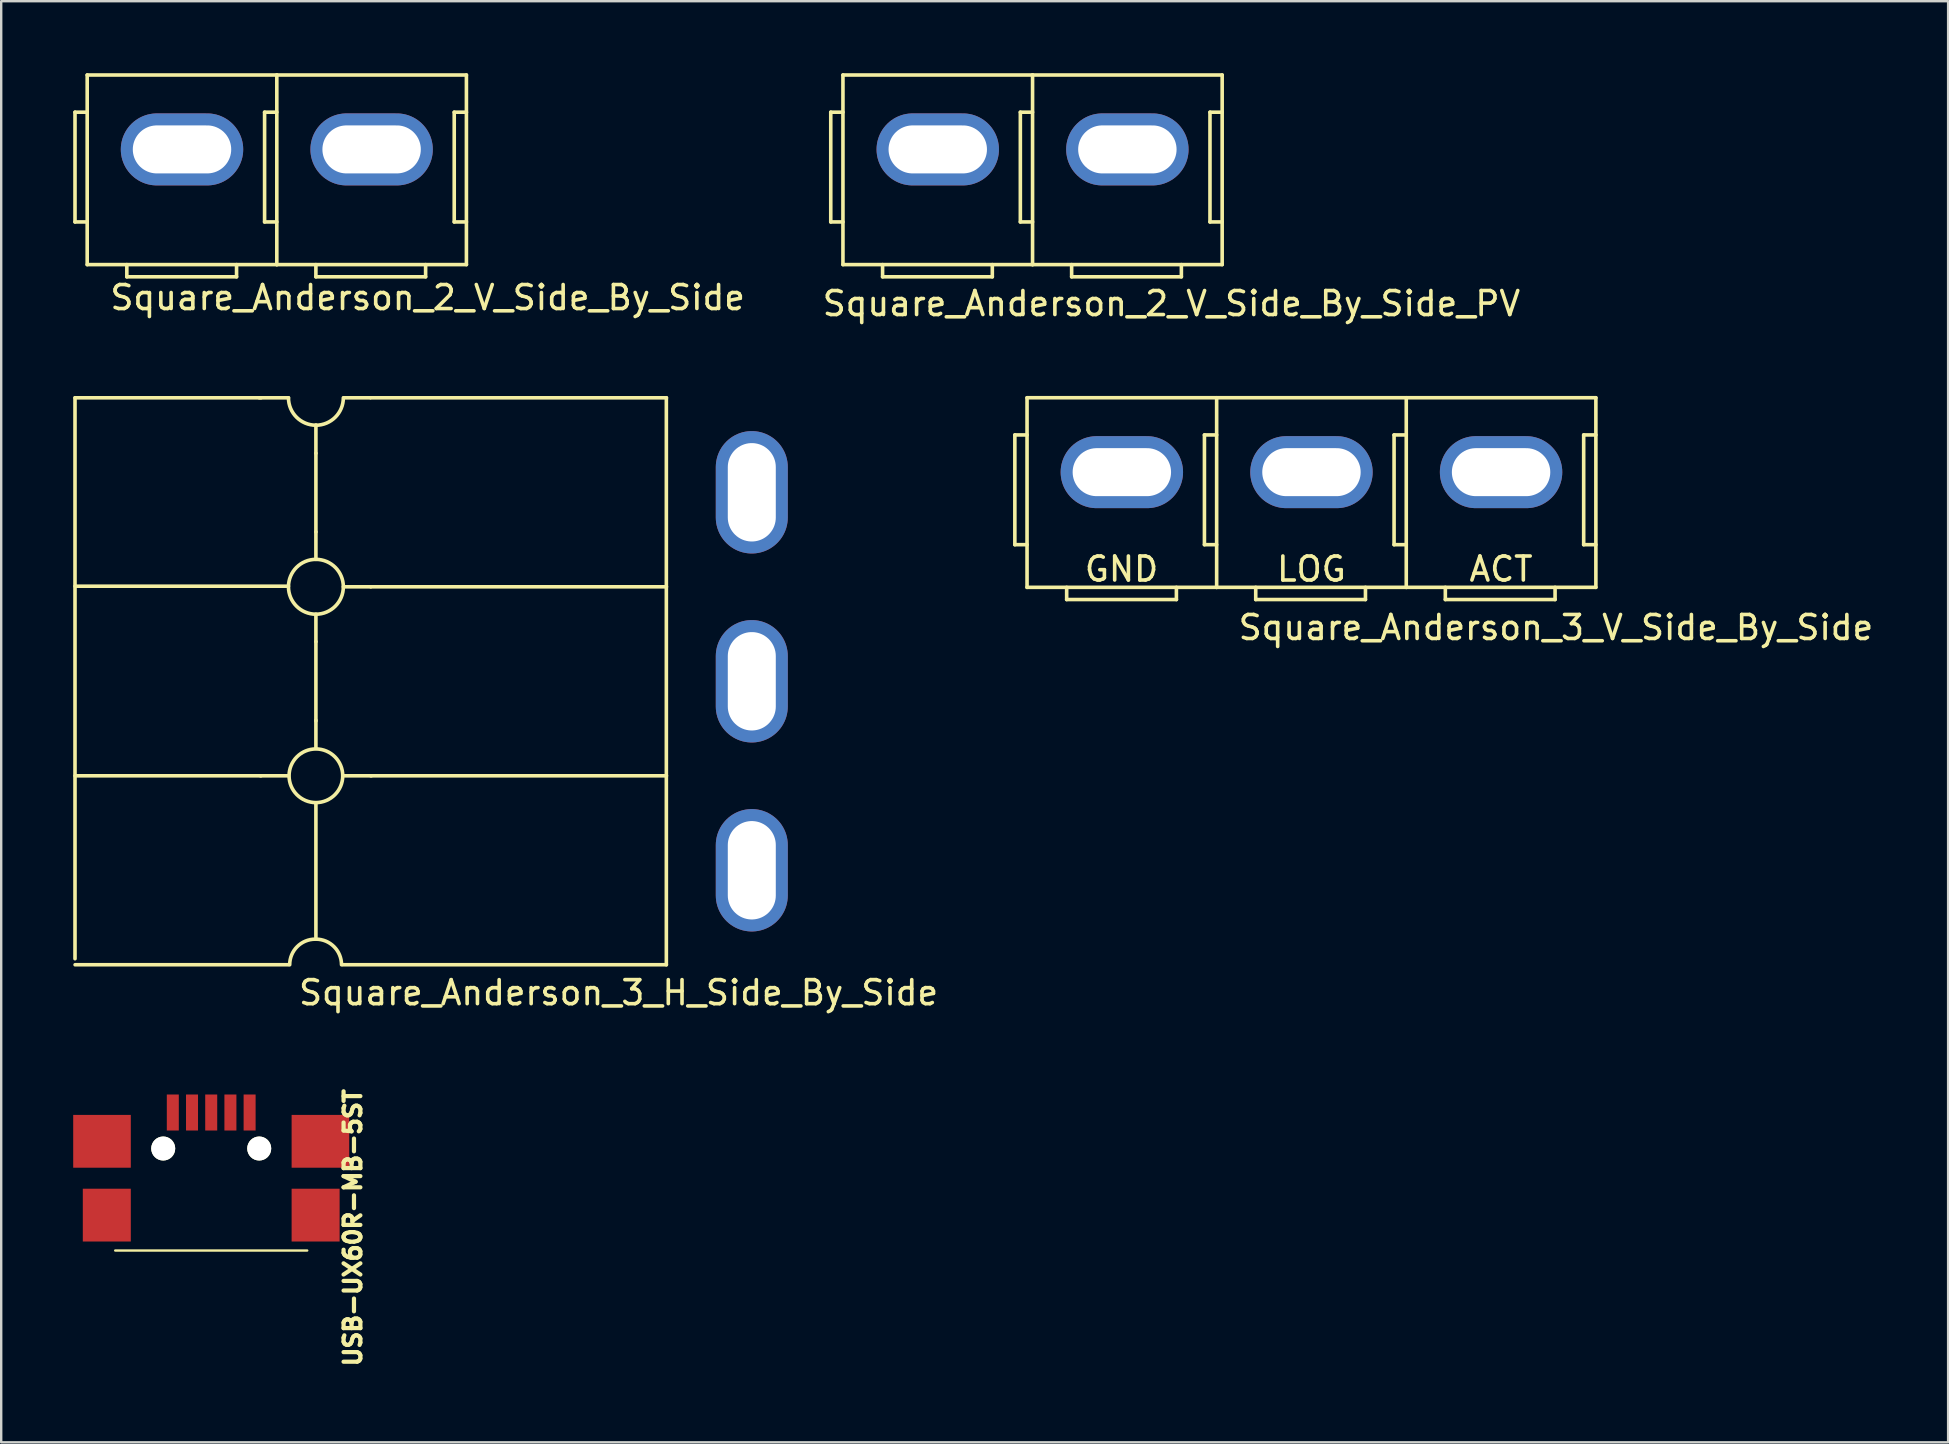
<source format=kicad_pcb>
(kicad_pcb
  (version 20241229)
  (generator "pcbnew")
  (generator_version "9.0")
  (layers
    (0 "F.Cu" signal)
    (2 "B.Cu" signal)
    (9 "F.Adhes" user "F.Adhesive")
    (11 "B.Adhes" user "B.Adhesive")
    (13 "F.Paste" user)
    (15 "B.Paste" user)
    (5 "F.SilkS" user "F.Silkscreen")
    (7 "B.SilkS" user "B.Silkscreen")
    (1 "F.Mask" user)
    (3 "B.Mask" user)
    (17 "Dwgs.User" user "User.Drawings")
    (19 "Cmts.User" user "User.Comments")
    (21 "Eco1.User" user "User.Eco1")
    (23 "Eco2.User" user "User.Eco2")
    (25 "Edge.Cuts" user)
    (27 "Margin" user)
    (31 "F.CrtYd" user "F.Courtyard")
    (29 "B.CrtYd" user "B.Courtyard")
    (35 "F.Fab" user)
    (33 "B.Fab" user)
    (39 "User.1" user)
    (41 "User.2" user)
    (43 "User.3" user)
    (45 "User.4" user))
  (footprint "Square_Anderson_2_V_Side_By_Side"
    (layer "F.Cu")
    (at 8.57 3.049)
    (property "Reference" "Square_Anderson_2_V_Side_By_Side" (at 6.2 6.3 0) (layer "F.SilkS") (effects (font (size 1 1) (thickness 0.15))))
    (attr through_hole)
    (fp_line (start -8.495 -1.424) (end -8.495 3.148) (stroke (width 0.15) (type solid)) (layer "F.SilkS"))
    (fp_line (start -8.495 3.148) (end -7.987 3.148) (stroke (width 0.15) (type solid)) (layer "F.SilkS"))
    (fp_line (start -7.987 -1.424) (end -8.495 -1.424) (stroke (width 0.15) (type solid)) (layer "F.SilkS"))
    (fp_line (start -7.987 4.926) (end -7.987 -2.974) (stroke (width 0.15) (type solid)) (layer "F.SilkS"))
    (fp_line (start -6.336 4.926) (end -6.336 5.434) (stroke (width 0.15) (type solid)) (layer "F.SilkS"))
    (fp_line (start -6.336 5.434) (end -1.764 5.434) (stroke (width 0.15) (type solid)) (layer "F.SilkS"))
    (fp_line (start -1.764 5.434) (end -1.764 4.926) (stroke (width 0.15) (type solid)) (layer "F.SilkS"))
    (fp_line (start -0.596 -1.424) (end -0.596 3.148) (stroke (width 0.15) (type solid)) (layer "F.SilkS"))
    (fp_line (start -0.596 3.148) (end -0.088 3.148) (stroke (width 0.15) (type solid)) (layer "F.SilkS"))
    (fp_line (start -0.088 -1.424) (end -0.596 -1.424) (stroke (width 0.15) (type solid)) (layer "F.SilkS"))
    (fp_line (start -0.087 -2.974) (end -7.987 -2.974) (stroke (width 0.15) (type solid)) (layer "F.SilkS"))
    (fp_line (start -0.087 4.926) (end -7.987 4.926) (stroke (width 0.15) (type solid)) (layer "F.SilkS"))
    (fp_line (start -0.087 4.926) (end -0.087 -2.974) (stroke (width 0.15) (type solid)) (layer "F.SilkS"))
    (fp_line (start 1.541 4.926) (end 1.541 5.434) (stroke (width 0.15) (type solid)) (layer "F.SilkS"))
    (fp_line (start 1.541 5.434) (end 6.113 5.434) (stroke (width 0.15) (type solid)) (layer "F.SilkS"))
    (fp_line (start 6.113 5.434) (end 6.113 4.926) (stroke (width 0.15) (type solid)) (layer "F.SilkS"))
    (fp_line (start 7.305 -1.424) (end 7.305 3.148) (stroke (width 0.15) (type solid)) (layer "F.SilkS"))
    (fp_line (start 7.305 3.148) (end 7.813 3.148) (stroke (width 0.15) (type solid)) (layer "F.SilkS"))
    (fp_line (start 7.813 -2.974) (end -0.087 -2.974) (stroke (width 0.15) (type solid)) (layer "F.SilkS"))
    (fp_line (start 7.813 -1.424) (end 7.305 -1.424) (stroke (width 0.15) (type solid)) (layer "F.SilkS"))
    (fp_line (start 7.813 4.926) (end -0.087 4.926) (stroke (width 0.15) (type solid)) (layer "F.SilkS"))
    (fp_line (start 7.813 4.926) (end 7.813 -2.974) (stroke (width 0.15) (type solid)) (layer "F.SilkS"))
    (pad "1" thru_hole oval (at -4.037 0.126 270) (size 3 5.1) (drill oval 2 4.1) (layers "*.Cu" "*.Mask"))
    (pad "2" thru_hole oval (at 3.863 0.126 270) (size 3 5.1) (drill oval 2 4.1) (layers "*.Cu" "*.Mask")))
  (footprint "Square_Anderson_3_V_Side_By_Side"
    (layer "F.Cu")
    (at 51.478 17.096)
    (property "Reference" "Square_Anderson_3_V_Side_By_Side" (at 10.3 6 0) (layer "F.SilkS") (effects (font (size 1 1) (thickness 0.15))))
    (attr through_hole)
    (fp_line (start -12.245 -2.024) (end -12.245 2.548) (stroke (width 0.15) (type solid)) (layer "F.SilkS"))
    (fp_line (start -12.245 2.548) (end -11.737 2.548) (stroke (width 0.15) (type solid)) (layer "F.SilkS"))
    (fp_line (start -11.737 -2.024) (end -12.245 -2.024) (stroke (width 0.15) (type solid)) (layer "F.SilkS"))
    (fp_line (start -11.737 4.326) (end -11.737 -3.574) (stroke (width 0.15) (type solid)) (layer "F.SilkS"))
    (fp_line (start -10.086 4.326) (end -10.086 4.834) (stroke (width 0.15) (type solid)) (layer "F.SilkS"))
    (fp_line (start -10.086 4.834) (end -5.514 4.834) (stroke (width 0.15) (type solid)) (layer "F.SilkS"))
    (fp_line (start -5.514 4.834) (end -5.514 4.326) (stroke (width 0.15) (type solid)) (layer "F.SilkS"))
    (fp_line (start -4.346 -2.024) (end -4.346 2.548) (stroke (width 0.15) (type solid)) (layer "F.SilkS"))
    (fp_line (start -4.346 2.548) (end -3.838 2.548) (stroke (width 0.15) (type solid)) (layer "F.SilkS"))
    (fp_line (start -3.838 -2.024) (end -4.346 -2.024) (stroke (width 0.15) (type solid)) (layer "F.SilkS"))
    (fp_line (start -3.837 -3.574) (end -11.737 -3.574) (stroke (width 0.15) (type solid)) (layer "F.SilkS"))
    (fp_line (start -3.837 4.326) (end -11.737 4.326) (stroke (width 0.15) (type solid)) (layer "F.SilkS"))
    (fp_line (start -3.837 4.326) (end -3.837 -3.574) (stroke (width 0.15) (type solid)) (layer "F.SilkS"))
    (fp_line (start -2.209 4.326) (end -2.209 4.834) (stroke (width 0.15) (type solid)) (layer "F.SilkS"))
    (fp_line (start -2.209 4.834) (end 2.363 4.834) (stroke (width 0.15) (type solid)) (layer "F.SilkS"))
    (fp_line (start 2.363 4.834) (end 2.363 4.326) (stroke (width 0.15) (type solid)) (layer "F.SilkS"))
    (fp_line (start 3.555 -2.024) (end 3.555 2.548) (stroke (width 0.15) (type solid)) (layer "F.SilkS"))
    (fp_line (start 3.555 2.548) (end 4.063 2.548) (stroke (width 0.15) (type solid)) (layer "F.SilkS"))
    (fp_line (start 4.063 -3.574) (end -3.837 -3.574) (stroke (width 0.15) (type solid)) (layer "F.SilkS"))
    (fp_line (start 4.063 -2.024) (end 3.555 -2.024) (stroke (width 0.15) (type solid)) (layer "F.SilkS"))
    (fp_line (start 4.063 4.326) (end -3.837 4.326) (stroke (width 0.15) (type solid)) (layer "F.SilkS"))
    (fp_line (start 4.063 4.326) (end 4.063 -3.574) (stroke (width 0.15) (type solid)) (layer "F.SilkS"))
    (fp_line (start 5.691 4.326) (end 5.691 4.834) (stroke (width 0.15) (type solid)) (layer "F.SilkS"))
    (fp_line (start 5.691 4.834) (end 10.263 4.834) (stroke (width 0.15) (type solid)) (layer "F.SilkS"))
    (fp_line (start 10.263 4.834) (end 10.263 4.326) (stroke (width 0.15) (type solid)) (layer "F.SilkS"))
    (fp_line (start 11.455 -2.024) (end 11.455 2.548) (stroke (width 0.15) (type solid)) (layer "F.SilkS"))
    (fp_line (start 11.455 2.548) (end 11.963 2.548) (stroke (width 0.15) (type solid)) (layer "F.SilkS"))
    (fp_line (start 11.963 -3.574) (end 4.063 -3.574) (stroke (width 0.15) (type solid)) (layer "F.SilkS"))
    (fp_line (start 11.963 -2.024) (end 11.455 -2.024) (stroke (width 0.15) (type solid)) (layer "F.SilkS"))
    (fp_line (start 11.963 4.326) (end 4.063 4.326) (stroke (width 0.15) (type solid)) (layer "F.SilkS"))
    (fp_line (start 11.963 4.326) (end 11.963 -3.574) (stroke (width 0.15) (type solid)) (layer "F.SilkS"))
    (fp_text user "ACT" (at 8.012 3.564 0) (layer "F.SilkS") (effects (font (size 1 1) (thickness 0.15))))
    (fp_text user "GND" (at -7.8 3.564 0) (layer "F.SilkS") (effects (font (size 1 1) (thickness 0.15))))
    (fp_text user "LOG" (at 0.112 3.564 0) (layer "F.SilkS") (effects (font (size 1 1) (thickness 0.15))))
    (pad "1" thru_hole oval (at -7.787 -0.474 270) (size 3 5.1) (drill oval 2 4.1) (layers "*.Cu" "*.Mask"))
    (pad "2" thru_hole oval (at 0.113 -0.474 270) (size 3 5.1) (drill oval 2 4.1) (layers "*.Cu" "*.Mask"))
    (pad "3" thru_hole oval (at 8.013 -0.474 270) (size 3 5.1) (drill oval 2 4.1) (layers "*.Cu" "*.Mask")))
  (footprint "USB-UX60R-MB-5ST"
    (layer "F.Cu")
    (at 5.75 44.802)
    (property "Reference" "USB-UX60R-MB-5ST" (at 5.9 3.3 90) (layer "F.SilkS") (effects (font (size 0.7 0.7) (thickness 0.175))))
    (attr through_hole)
    (fp_line (start -4 4.25) (end 4 4.25) (stroke (width 0.099) (type solid)) (layer "F.SilkS"))
    (pad "" np_thru_hole circle (at -2 0) (size 1 1) (drill 1) (layers "*.Cu" "*.Mask" "F.SilkS"))
    (pad "" np_thru_hole circle (at 2 0) (size 1 1) (drill 1) (layers "*.Cu" "*.Mask" "F.SilkS"))
    (pad "1" smd rect (at 1.6 -1.5) (size 0.5 1.5) (layers "F.Cu" "F.Mask" "F.Paste"))
    (pad "2" smd rect (at 0.8 -1.5) (size 0.5 1.5) (layers "F.Cu" "F.Mask" "F.Paste"))
    (pad "3" smd rect (at 0 -1.5) (size 0.5 1.5) (layers "F.Cu" "F.Mask" "F.Paste"))
    (pad "4" smd rect (at -0.8 -1.5) (size 0.5 1.5) (layers "F.Cu" "F.Mask" "F.Paste"))
    (pad "5" smd rect (at -4.55 -0.3) (size 2.4 2.2) (layers "F.Cu" "F.Mask" "F.Paste"))
    (pad "5" smd rect (at -4.35 2.775) (size 2 2.2) (layers "F.Cu" "F.Mask" "F.Paste"))
    (pad "5" smd rect (at -1.6 -1.5) (size 0.5 1.5) (layers "F.Cu" "F.Mask" "F.Paste"))
    (pad "5" smd rect (at 4.35 2.775) (size 2 2.2) (layers "F.Cu" "F.Mask" "F.Paste"))
    (pad "5" smd rect (at 4.55 -0.3) (size 2.4 2.2) (layers "F.Cu" "F.Mask" "F.Paste")))
  (footprint "Square_Anderson_3_H_Side_By_Side"
    (layer "F.Cu")
    (at 28.123 24.561)
    (property "Reference" "Square_Anderson_3_H_Side_By_Side" (at -5.4 13.75 0) (layer "F.SilkS") (effects (font (size 1 1) (thickness 0.15))))
    (attr through_hole)
    (fp_line (start -28.048 12.333) (end -28.048 -11.039) (stroke (width 0.15) (type solid)) (layer "F.SilkS"))
    (fp_line (start -28.044 -11.037) (end -20.297 -11.037) (stroke (width 0.15) (type solid)) (layer "F.SilkS"))
    (fp_line (start -28.044 -3.188) (end -19.154 -3.188) (stroke (width 0.15) (type solid)) (layer "F.SilkS"))
    (fp_line (start -20.322 4.711) (end -19.154 4.711) (stroke (width 0.15) (type solid)) (layer "F.SilkS"))
    (fp_line (start -20.297 4.711) (end -28.044 4.711) (stroke (width 0.15) (type solid)) (layer "F.SilkS"))
    (fp_line (start -19.154 -11.037) (end -20.373 -11.037) (stroke (width 0.15) (type solid)) (layer "F.SilkS"))
    (fp_line (start -19.154 12.585) (end -28.044 12.585) (stroke (width 0.15) (type solid)) (layer "F.SilkS"))
    (fp_line (start -18.011 -9.894) (end -18.011 -8.726) (stroke (width 0.15) (type solid)) (layer "F.SilkS"))
    (fp_line (start -18.011 -5.449) (end -18.011 -8.726) (stroke (width 0.15) (type solid)) (layer "F.SilkS"))
    (fp_line (start -18.011 -5.449) (end -18.011 -4.306) (stroke (width 0.15) (type solid)) (layer "F.SilkS"))
    (fp_line (start -18.011 -0.877) (end -18.011 -2.02) (stroke (width 0.15) (type solid)) (layer "F.SilkS"))
    (fp_line (start -18.011 -0.877) (end -18.011 2.425) (stroke (width 0.15) (type solid)) (layer "F.SilkS"))
    (fp_line (start -18.011 2.4) (end -18.011 3.568) (stroke (width 0.15) (type solid)) (layer "F.SilkS"))
    (fp_line (start -18.011 5.879) (end -18.011 11.442) (stroke (width 0.15) (type solid)) (layer "F.SilkS"))
    (fp_line (start -16.893 12.585) (end -3.41 12.585) (stroke (width 0.15) (type solid)) (layer "F.SilkS"))
    (fp_line (start -15.75 -11.037) (end -16.843 -11.037) (stroke (width 0.15) (type solid)) (layer "F.SilkS"))
    (fp_line (start -15.725 -11.037) (end -3.406 -11.037) (stroke (width 0.15) (type solid)) (layer "F.SilkS"))
    (fp_line (start -15.725 -3.163) (end -16.868 -3.163) (stroke (width 0.15) (type solid)) (layer "F.SilkS"))
    (fp_line (start -15.725 -3.163) (end -3.406 -3.163) (stroke (width 0.15) (type solid)) (layer "F.SilkS"))
    (fp_line (start -15.725 4.711) (end -3.406 4.711) (stroke (width 0.15) (type solid)) (layer "F.SilkS"))
    (fp_line (start -15.7 4.711) (end -16.893 4.711) (stroke (width 0.15) (type solid)) (layer "F.SilkS"))
    (fp_line (start -3.41 12.585) (end -3.41 -11.039) (stroke (width 0.15) (type solid)) (layer "F.SilkS"))
    (fp_arc (start -19.1032 12.585) (mid -18.790742 11.830658) (end -18.0364 11.5182) (stroke (width 0.15) (type solid)) (layer "F.SilkS"))
    (fp_arc (start -18.011 -9.894) (mid -18.819223 -10.228777) (end -19.154 -11.037) (stroke (width 0.15) (type solid)) (layer "F.SilkS"))
    (fp_arc (start -18.011 11.5182) (mid -17.256658 11.830658) (end -16.9442 12.585) (stroke (width 0.15) (type solid)) (layer "F.SilkS"))
    (fp_arc (start -16.868 -11.037) (mid -17.202777 -10.228777) (end -18.011 -9.894) (stroke (width 0.15) (type solid)) (layer "F.SilkS"))
    (fp_circle (center -18.011 -3.163) (end -18.011 -2.02) (stroke (width 0.15) (type solid)) (fill no) (layer "F.SilkS"))
    (fp_circle (center -18.011 4.711) (end -16.893 4.711) (stroke (width 0.15) (type solid)) (fill no) (layer "F.SilkS"))
    (pad "1" thru_hole oval (at 0.15 -7.1) (size 3 5.1) (drill oval 2 4.1) (layers "*.Cu" "*.Mask"))
    (pad "2" thru_hole oval (at 0.15 0.774) (size 3 5.1) (drill oval 2 4.1) (layers "*.Cu" "*.Mask"))
    (pad "3" thru_hole oval (at 0.15 8.648) (size 3 5.1) (drill oval 2 4.1) (layers "*.Cu" "*.Mask")))
  (footprint "Square_Anderson_2_V_Side_By_Side_PV"
    (layer "F.Cu")
    (at 43.758 2.499)
    (property "Reference" "Square_Anderson_2_V_Side_By_Side_PV" (at 2 7.1 0) (layer "F.SilkS") (effects (font (size 1 1) (thickness 0.15))))
    (attr through_hole)
    (fp_line (start -12.195 -0.874) (end -12.195 3.698) (stroke (width 0.15) (type solid)) (layer "F.SilkS"))
    (fp_line (start -12.195 3.698) (end -11.687 3.698) (stroke (width 0.15) (type solid)) (layer "F.SilkS"))
    (fp_line (start -11.687 -0.874) (end -12.195 -0.874) (stroke (width 0.15) (type solid)) (layer "F.SilkS"))
    (fp_line (start -11.687 5.476) (end -11.687 -2.424) (stroke (width 0.15) (type solid)) (layer "F.SilkS"))
    (fp_line (start -10.036 5.476) (end -10.036 5.984) (stroke (width 0.15) (type solid)) (layer "F.SilkS"))
    (fp_line (start -10.036 5.984) (end -5.464 5.984) (stroke (width 0.15) (type solid)) (layer "F.SilkS"))
    (fp_line (start -5.464 5.984) (end -5.464 5.476) (stroke (width 0.15) (type solid)) (layer "F.SilkS"))
    (fp_line (start -4.296 -0.874) (end -4.296 3.698) (stroke (width 0.15) (type solid)) (layer "F.SilkS"))
    (fp_line (start -4.296 3.698) (end -3.788 3.698) (stroke (width 0.15) (type solid)) (layer "F.SilkS"))
    (fp_line (start -3.788 -0.874) (end -4.296 -0.874) (stroke (width 0.15) (type solid)) (layer "F.SilkS"))
    (fp_line (start -3.787 -2.424) (end -11.687 -2.424) (stroke (width 0.15) (type solid)) (layer "F.SilkS"))
    (fp_line (start -3.787 5.476) (end -11.687 5.476) (stroke (width 0.15) (type solid)) (layer "F.SilkS"))
    (fp_line (start -3.787 5.476) (end -3.787 -2.424) (stroke (width 0.15) (type solid)) (layer "F.SilkS"))
    (fp_line (start -2.159 5.476) (end -2.159 5.984) (stroke (width 0.15) (type solid)) (layer "F.SilkS"))
    (fp_line (start -2.159 5.984) (end 2.413 5.984) (stroke (width 0.15) (type solid)) (layer "F.SilkS"))
    (fp_line (start 2.413 5.984) (end 2.413 5.476) (stroke (width 0.15) (type solid)) (layer "F.SilkS"))
    (fp_line (start 3.605 -0.874) (end 3.605 3.698) (stroke (width 0.15) (type solid)) (layer "F.SilkS"))
    (fp_line (start 3.605 3.698) (end 4.113 3.698) (stroke (width 0.15) (type solid)) (layer "F.SilkS"))
    (fp_line (start 4.113 -2.424) (end -3.787 -2.424) (stroke (width 0.15) (type solid)) (layer "F.SilkS"))
    (fp_line (start 4.113 -0.874) (end 3.605 -0.874) (stroke (width 0.15) (type solid)) (layer "F.SilkS"))
    (fp_line (start 4.113 5.476) (end -3.787 5.476) (stroke (width 0.15) (type solid)) (layer "F.SilkS"))
    (fp_line (start 4.113 5.476) (end 4.113 -2.424) (stroke (width 0.15) (type solid)) (layer "F.SilkS"))
    (pad "1" thru_hole oval (at -7.737 0.676 270) (size 3 5.1) (drill oval 2 4.1) (layers "*.Cu" "*.Mask"))
    (pad "4" thru_hole oval (at 0.163 0.676) (size 5.1 3) (drill oval 4.1 2) (layers "*.Cu" "*.Mask")))
  (gr_rect
    (start -3 -3)
    (end 78.117 57.045)
    (stroke (width 0.1) (type default))
    (fill no)
    (layer "Edge.Cuts")))
</source>
